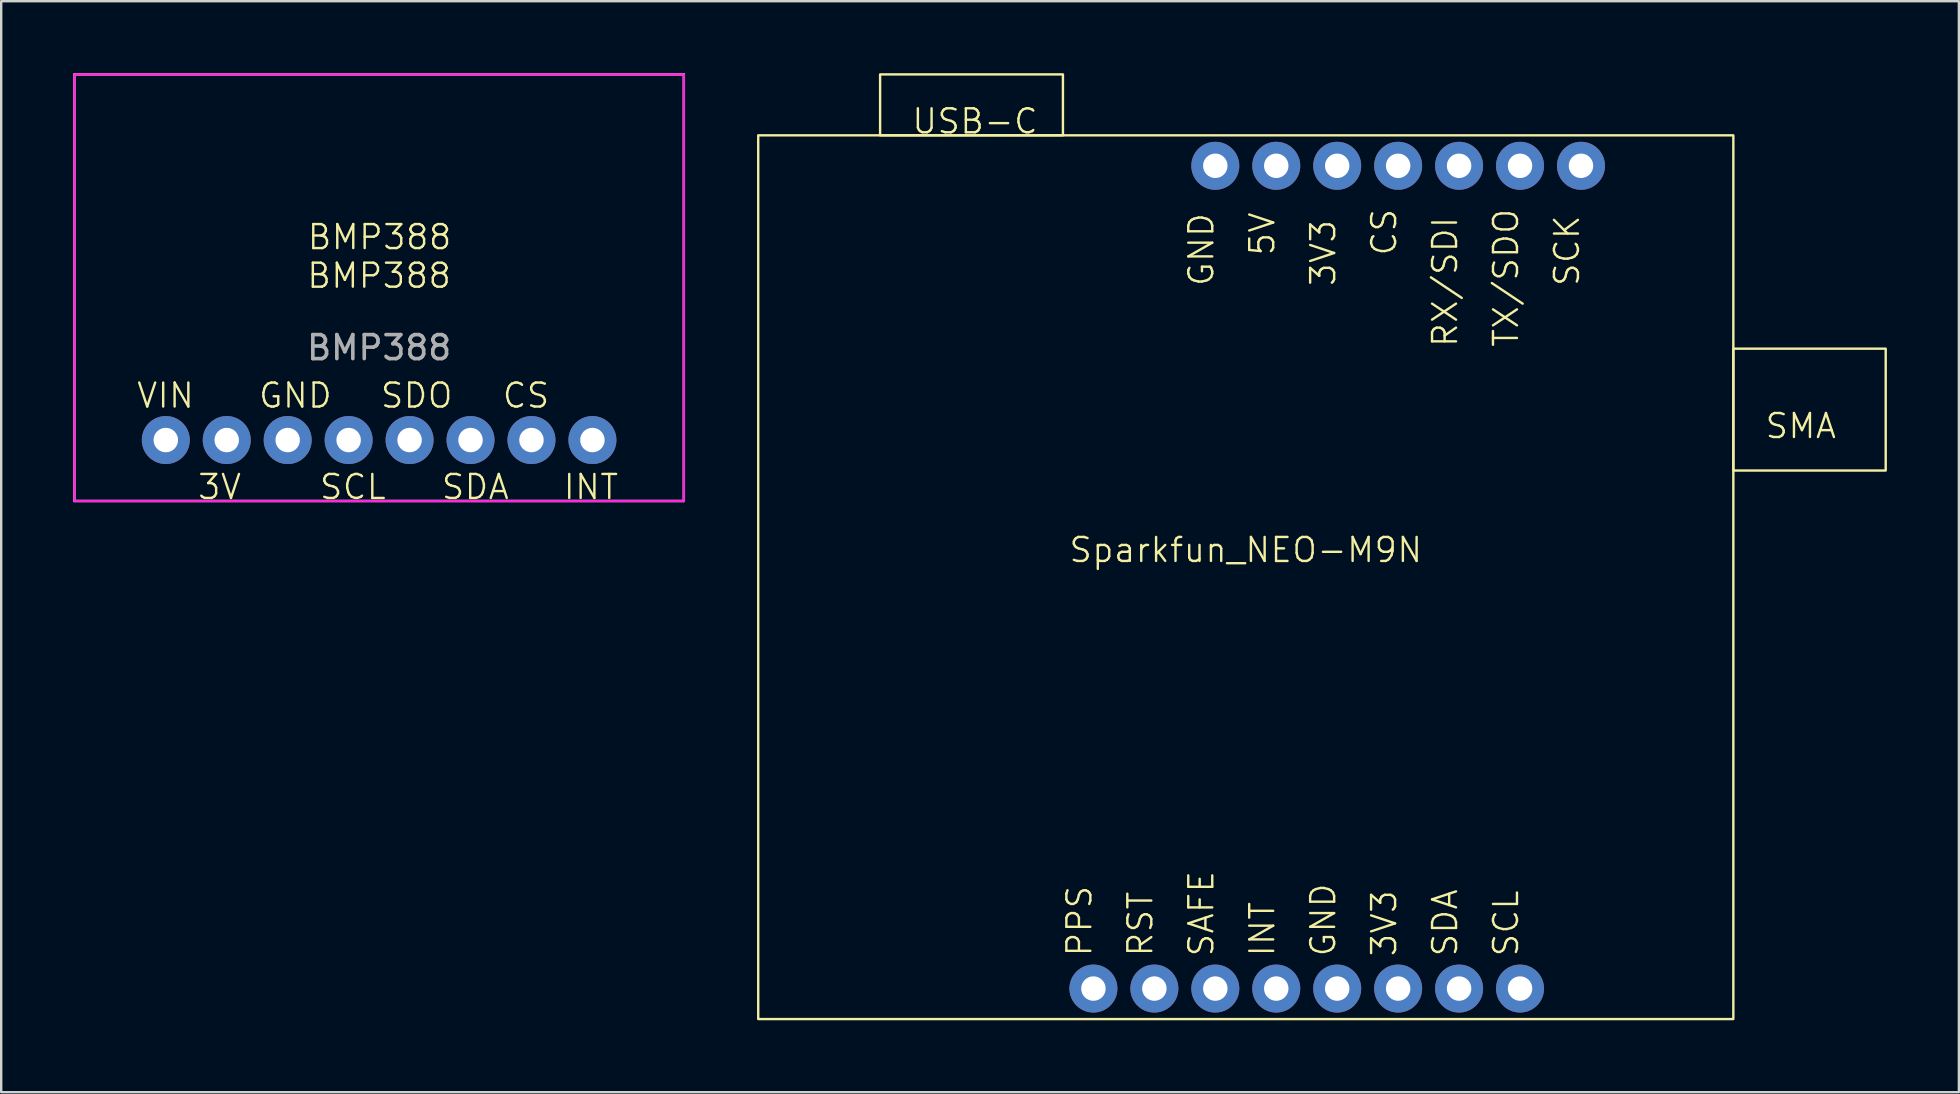
<source format=kicad_pcb>
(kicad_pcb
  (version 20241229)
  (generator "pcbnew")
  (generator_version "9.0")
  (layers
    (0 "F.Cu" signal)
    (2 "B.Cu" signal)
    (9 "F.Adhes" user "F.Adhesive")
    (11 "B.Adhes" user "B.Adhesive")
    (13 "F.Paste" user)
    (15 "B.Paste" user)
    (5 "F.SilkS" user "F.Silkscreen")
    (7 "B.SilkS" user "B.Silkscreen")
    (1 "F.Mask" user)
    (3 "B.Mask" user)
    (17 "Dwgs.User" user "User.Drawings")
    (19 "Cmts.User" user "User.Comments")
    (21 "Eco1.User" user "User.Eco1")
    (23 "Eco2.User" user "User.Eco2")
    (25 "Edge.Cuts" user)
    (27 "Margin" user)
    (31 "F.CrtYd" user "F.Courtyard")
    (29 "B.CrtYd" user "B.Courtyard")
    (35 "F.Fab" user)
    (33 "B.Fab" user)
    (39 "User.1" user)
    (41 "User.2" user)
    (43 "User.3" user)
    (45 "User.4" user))
  (footprint "BMP388"
    (layer "F.Cu")
    (at 12.75 8.94)
    (property "Reference" "BMP388" (at 0 -0.5 0) (unlocked yes) (layer "F.SilkS") (effects (font (size 1 1) (thickness 0.1))))
    (attr through_hole)
    (fp_line (start -12.7 -8.89) (end 12.7 -8.89) (stroke (width 0.1) (type default)) (layer "F.SilkS"))
    (fp_line (start -12.7 8.89) (end -12.7 -8.89) (stroke (width 0.1) (type default)) (layer "F.SilkS"))
    (fp_line (start 12.7 -8.89) (end 12.7 8.89) (stroke (width 0.1) (type default)) (layer "F.SilkS"))
    (fp_line (start 12.7 8.89) (end -12.7 8.89) (stroke (width 0.1) (type default)) (layer "F.SilkS"))
    (fp_rect (start -12.7 8.89) (end 12.7 -8.89) (stroke (width 0.1) (type default)) (fill no) (layer "F.CrtYd"))
    (fp_text user "BMP388" (at -3.048 -1.524 0) (unlocked yes) (layer "F.SilkS") (effects (font (size 1 1) (thickness 0.1)) (justify left bottom)))
    (fp_text user "3V" (at -7.62 8.89 0) (unlocked yes) (layer "F.SilkS") (effects (font (size 1 1) (thickness 0.1)) (justify left bottom)))
    (fp_text user "SDO" (at 0 5.08 0) (unlocked yes) (layer "F.SilkS") (effects (font (size 1 1) (thickness 0.1)) (justify left bottom)))
    (fp_text user "INT" (at 7.62 8.89 0) (unlocked yes) (layer "F.SilkS") (effects (font (size 1 1) (thickness 0.1)) (justify left bottom)))
    (fp_text user "GND" (at -5.08 5.08 0) (unlocked yes) (layer "F.SilkS") (effects (font (size 1 1) (thickness 0.1)) (justify left bottom)))
    (fp_text user "SDA" (at 2.54 8.89 0) (unlocked yes) (layer "F.SilkS") (effects (font (size 1 1) (thickness 0.1)) (justify left bottom)))
    (fp_text user "SCL" (at -2.54 8.89 0) (unlocked yes) (layer "F.SilkS") (effects (font (size 1 1) (thickness 0.1)) (justify left bottom)))
    (fp_text user "VIN" (at -10.16 5.08 0) (unlocked yes) (layer "F.SilkS") (effects (font (size 1 1) (thickness 0.1)) (justify left bottom)))
    (fp_text user "CS" (at 5.08 5.08 0) (unlocked yes) (layer "F.SilkS") (effects (font (size 1 1) (thickness 0.1)) (justify left bottom)))
    (fp_text user "${REFERENCE}" (at 0 2.5 0) (unlocked yes) (layer "F.Fab") (effects (font (size 1 1) (thickness 0.15))))
    (pad "1" thru_hole circle (at -8.89 6.35) (size 2 2) (drill 1.02) (layers "*.Cu" "*.Mask"))
    (pad "2" thru_hole circle (at -6.35 6.35) (size 2 2) (drill 1.02) (layers "*.Cu" "*.Mask"))
    (pad "3" thru_hole circle (at -3.81 6.35) (size 2 2) (drill 1.02) (layers "*.Cu" "*.Mask"))
    (pad "4" thru_hole circle (at -1.27 6.35) (size 2 2) (drill 1.02) (layers "*.Cu" "*.Mask"))
    (pad "5" thru_hole circle (at 1.27 6.35) (size 2 2) (drill 1.02) (layers "*.Cu" "*.Mask"))
    (pad "6" thru_hole circle (at 3.81 6.35) (size 2 2) (drill 1.02) (layers "*.Cu" "*.Mask"))
    (pad "7" thru_hole circle (at 6.35 6.35) (size 2 2) (drill 1.02) (layers "*.Cu" "*.Mask"))
    (pad "8" thru_hole circle (at 8.89 6.35) (size 2 2) (drill 1.02) (layers "*.Cu" "*.Mask")))
  (footprint "Sparkfun_NEO-M9N"
    (layer "F.Cu")
    (at 48.87 20.37)
    (property "Reference" "Sparkfun_NEO-M9N" (at 0 -0.5 0) (unlocked yes) (layer "F.SilkS") (effects (font (size 1 1) (thickness 0.1))))
    (attr through_hole)
    (fp_rect (start -15.24 -20.32) (end -7.62 -17.78) (stroke (width 0.1) (type default)) (fill no) (layer "F.SilkS"))
    (fp_rect (start 20.32 19.05) (end -20.32 -17.78) (stroke (width 0.1) (type default)) (fill no) (layer "F.SilkS"))
    (fp_rect (start 26.67 -3.81) (end 20.32 -8.89) (stroke (width 0.1) (type default)) (fill no) (layer "F.SilkS"))
    (fp_text user "CS" (at 6.35 -12.7 90) (unlocked yes) (layer "F.SilkS") (effects (font (size 1 1) (thickness 0.1)) (justify left bottom)))
    (fp_text user "5V" (at 1.27 -12.7 90) (unlocked yes) (layer "F.SilkS") (effects (font (size 1 1) (thickness 0.1)) (justify left bottom)))
    (fp_text user "SCL" (at 11.43 16.51 90) (unlocked yes) (layer "F.SilkS") (effects (font (size 1 1) (thickness 0.1)) (justify left bottom)))
    (fp_text user "GND" (at -1.27 -11.43 90) (unlocked yes) (layer "F.SilkS") (effects (font (size 1 1) (thickness 0.1)) (justify left bottom)))
    (fp_text user "3V3" (at 3.81 -11.43 90) (unlocked yes) (layer "F.SilkS") (effects (font (size 1 1) (thickness 0.1)) (justify left bottom)))
    (fp_text user "SMA" (at 21.59 -5.08 0) (unlocked yes) (layer "F.SilkS") (effects (font (size 1 1) (thickness 0.1)) (justify left bottom)))
    (fp_text user "USB-C" (at -13.97 -17.78 0) (unlocked yes) (layer "F.SilkS") (effects (font (size 1 1) (thickness 0.1)) (justify left bottom)))
    (fp_text user "TX/SDO" (at 11.43 -8.89 90) (unlocked yes) (layer "F.SilkS") (effects (font (size 1 1) (thickness 0.1)) (justify left bottom)))
    (fp_text user "RST" (at -3.81 16.51 90) (unlocked yes) (layer "F.SilkS") (effects (font (size 1 1) (thickness 0.1)) (justify left bottom)))
    (fp_text user "RX/SDI" (at 8.89 -8.89 90) (unlocked yes) (layer "F.SilkS") (effects (font (size 1 1) (thickness 0.1)) (justify left bottom)))
    (fp_text user "3V3" (at 6.35 16.51 90) (unlocked yes) (layer "F.SilkS") (effects (font (size 1 1) (thickness 0.1)) (justify left bottom)))
    (fp_text user "SCK" (at 13.97 -11.43 90) (unlocked yes) (layer "F.SilkS") (effects (font (size 1 1) (thickness 0.1)) (justify left bottom)))
    (fp_text user "SAFE" (at -1.27 16.51 90) (unlocked yes) (layer "F.SilkS") (effects (font (size 1 1) (thickness 0.1)) (justify left bottom)))
    (fp_text user "INT" (at 1.27 16.51 90) (unlocked yes) (layer "F.SilkS") (effects (font (size 1 1) (thickness 0.1)) (justify left bottom)))
    (fp_text user "GND" (at 3.81 16.51 90) (unlocked yes) (layer "F.SilkS") (effects (font (size 1 1) (thickness 0.1)) (justify left bottom)))
    (fp_text user "SDA" (at 8.89 16.51 90) (unlocked yes) (layer "F.SilkS") (effects (font (size 1 1) (thickness 0.1)) (justify left bottom)))
    (fp_text user "PPS" (at -6.35 16.51 90) (unlocked yes) (layer "F.SilkS") (effects (font (size 1 1) (thickness 0.1)) (justify left bottom)))
    (pad "0" thru_hole circle (at -1.27 -16.51) (size 2 2) (drill 1.02) (layers "*.Cu" "*.Mask"))
    (pad "1" thru_hole circle (at 1.27 -16.51) (size 2 2) (drill 1.02) (layers "*.Cu" "*.Mask"))
    (pad "2" thru_hole circle (at 3.81 -16.51) (size 2 2) (drill 1.02) (layers "*.Cu" "*.Mask"))
    (pad "3" thru_hole circle (at 6.35 -16.51) (size 2 2) (drill 1.02) (layers "*.Cu" "*.Mask"))
    (pad "4" thru_hole circle (at 8.89 -16.51) (size 2 2) (drill 1.02) (layers "*.Cu" "*.Mask"))
    (pad "5" thru_hole circle (at 11.43 -16.51) (size 2 2) (drill 1.02) (layers "*.Cu" "*.Mask"))
    (pad "6" thru_hole circle (at 13.97 -16.51) (size 2 2) (drill 1.02) (layers "*.Cu" "*.Mask"))
    (pad "7" thru_hole circle (at -6.35 17.78) (size 2 2) (drill 1.02) (layers "*.Cu" "*.Mask"))
    (pad "8" thru_hole circle (at -3.81 17.78) (size 2 2) (drill 1.02) (layers "*.Cu" "*.Mask"))
    (pad "9" thru_hole circle (at -1.27 17.78) (size 2 2) (drill 1.02) (layers "*.Cu" "*.Mask"))
    (pad "10" thru_hole circle (at 1.27 17.78) (size 2 2) (drill 1.02) (layers "*.Cu" "*.Mask"))
    (pad "11" thru_hole circle (at 3.81 17.78) (size 2 2) (drill 1.02) (layers "*.Cu" "*.Mask"))
    (pad "12" thru_hole circle (at 6.35 17.78) (size 2 2) (drill 1.02) (layers "*.Cu" "*.Mask"))
    (pad "13" thru_hole circle (at 8.89 17.78) (size 2 2) (drill 1.02) (layers "*.Cu" "*.Mask"))
    (pad "14" thru_hole circle (at 11.43 17.78) (size 2 2) (drill 1.02) (layers "*.Cu" "*.Mask")))
  (gr_rect
    (start -3 -3)
    (end 78.59 42.47)
    (stroke (width 0.1) (type default))
    (fill no)
    (layer "Edge.Cuts")))
</source>
